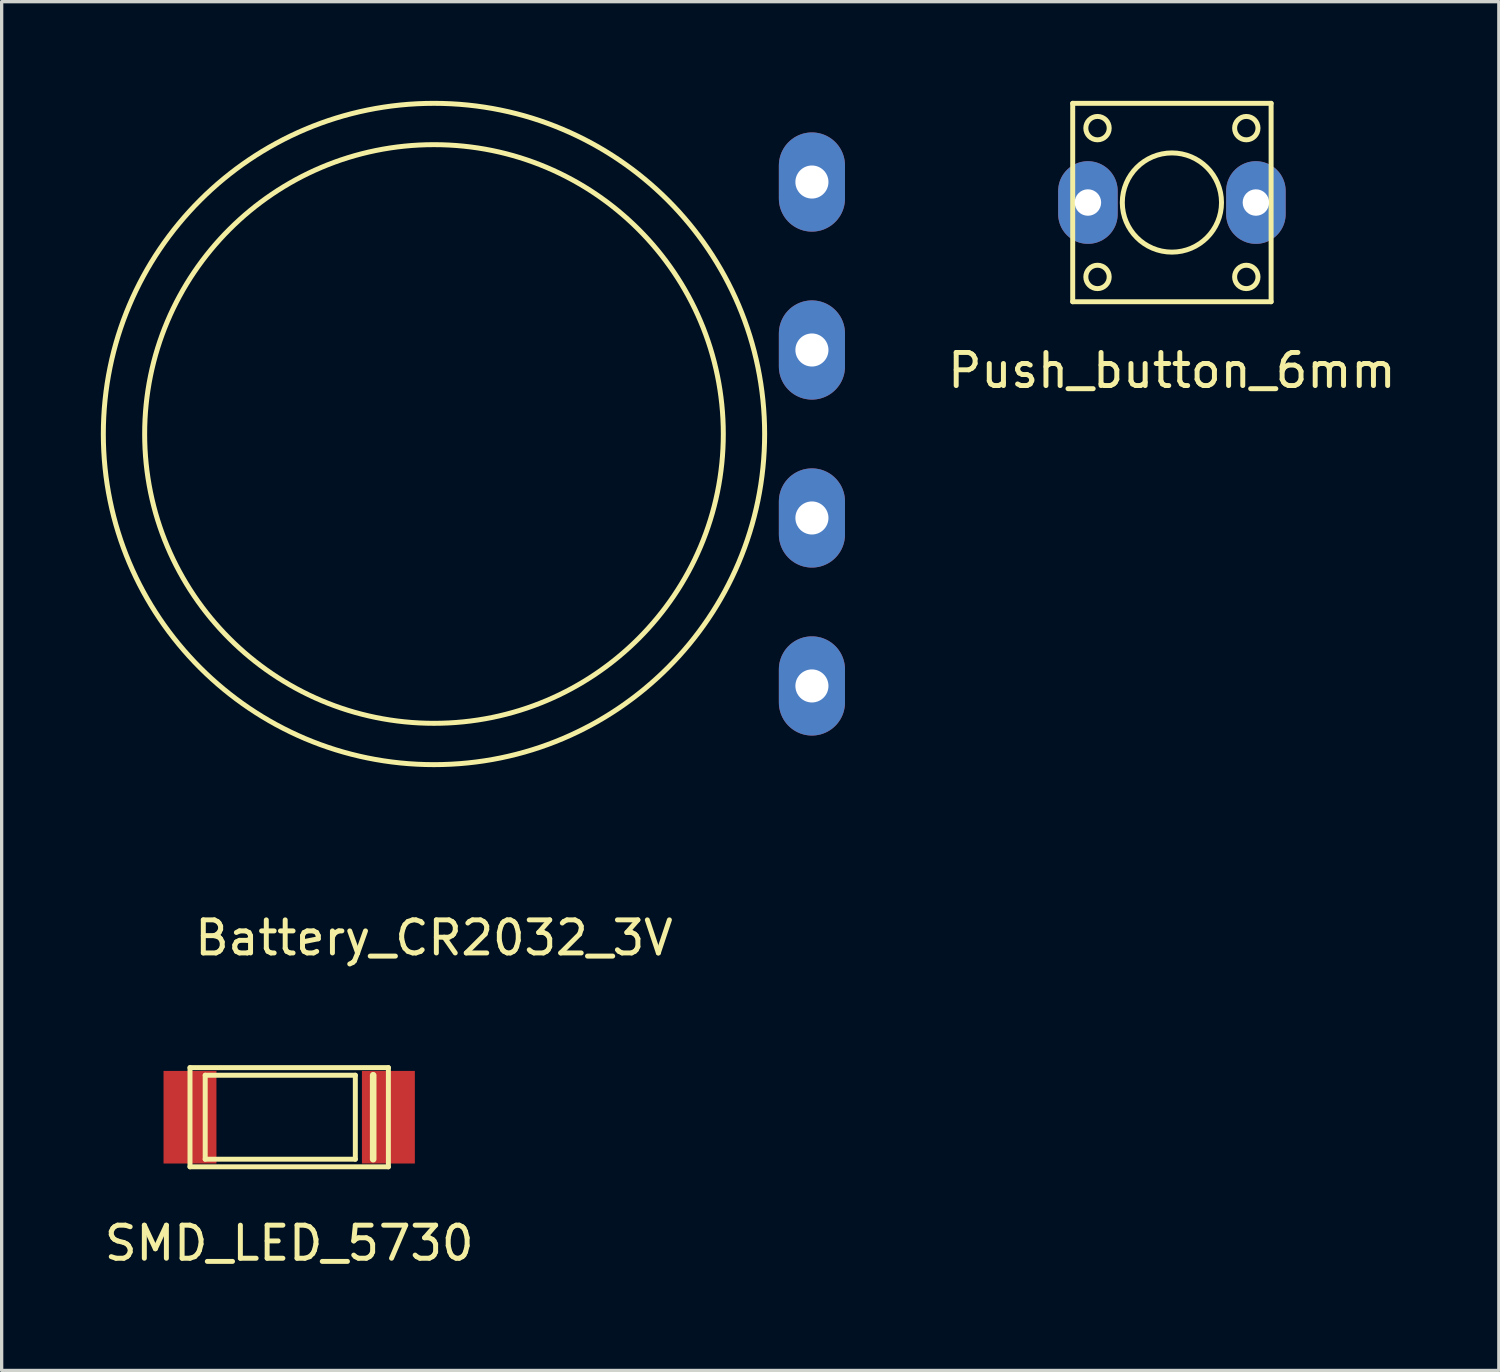
<source format=kicad_pcb>
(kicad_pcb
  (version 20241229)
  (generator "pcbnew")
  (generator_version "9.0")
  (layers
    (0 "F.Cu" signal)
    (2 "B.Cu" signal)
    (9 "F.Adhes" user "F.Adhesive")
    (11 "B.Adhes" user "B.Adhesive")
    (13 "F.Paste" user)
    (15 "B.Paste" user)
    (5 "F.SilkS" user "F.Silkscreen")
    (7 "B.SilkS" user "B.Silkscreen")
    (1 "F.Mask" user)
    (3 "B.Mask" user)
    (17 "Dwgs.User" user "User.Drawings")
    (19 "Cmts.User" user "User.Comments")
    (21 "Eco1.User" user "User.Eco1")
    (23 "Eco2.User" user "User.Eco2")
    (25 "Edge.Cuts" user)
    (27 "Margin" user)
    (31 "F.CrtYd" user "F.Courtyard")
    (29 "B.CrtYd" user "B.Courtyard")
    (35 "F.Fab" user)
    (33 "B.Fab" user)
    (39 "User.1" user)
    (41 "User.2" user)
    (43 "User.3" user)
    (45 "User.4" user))
  (footprint "Push_button_6mm"
    (layer "F.Cu")
    (at 32.392 3.075)
    (property "Reference" "Push_button_6mm" (at 0 5.08 0) (layer "F.SilkS") (effects (font (size 1 1) (thickness 0.15))))
    (attr through_hole)
    (fp_line (start -3 -3) (end 3 -3) (stroke (width 0.15) (type solid)) (layer "F.SilkS"))
    (fp_line (start -3 3) (end -3 -3) (stroke (width 0.15) (type solid)) (layer "F.SilkS"))
    (fp_line (start 3 -3) (end 3 3) (stroke (width 0.15) (type solid)) (layer "F.SilkS"))
    (fp_line (start 3 3) (end -3 3) (stroke (width 0.15) (type solid)) (layer "F.SilkS"))
    (fp_circle (center -2.25 -2.25) (end -2.5 -2.5) (stroke (width 0.15) (type solid)) (fill no) (layer "F.SilkS"))
    (fp_circle (center -2.25 2.25) (end -2.5 2.5) (stroke (width 0.15) (type solid)) (fill no) (layer "F.SilkS"))
    (fp_circle (center 0 0) (end 0 -1.5) (stroke (width 0.15) (type solid)) (fill no) (layer "F.SilkS"))
    (fp_circle (center 2.25 -2.25) (end 2.5 -2.5) (stroke (width 0.15) (type solid)) (fill no) (layer "F.SilkS"))
    (fp_circle (center 2.25 2.25) (end 2.5 2.5) (stroke (width 0.15) (type solid)) (fill no) (layer "F.SilkS"))
    (pad "1" thru_hole oval (at -2.54 0) (size 1.8 2.5) (drill 0.8) (layers "*.Cu" "*.Mask"))
    (pad "2" thru_hole oval (at 2.54 0) (size 1.8 2.5) (drill 0.8) (layers "*.Cu" "*.Mask")))
  (footprint "Battery_CR2032_3V"
    (layer "F.Cu")
    (at 10.075 10.075)
    (property "Reference" "Battery_CR2032_3V" (at 0 15.24 0) (layer "F.SilkS") (effects (font (size 1 1) (thickness 0.15))))
    (attr through_hole)
    (fp_circle (center 0 0) (end 8.75 0) (stroke (width 0.15) (type solid)) (fill no) (layer "F.SilkS"))
    (fp_circle (center 0 0) (end 10 0) (stroke (width 0.15) (type solid)) (fill no) (layer "F.SilkS"))
    (pad "" thru_hole oval (at 11.43 -7.62) (size 2 3) (drill 1) (layers "*.Cu" "*.Mask"))
    (pad "" thru_hole oval (at 11.43 -2.54) (size 2 3) (drill 1) (layers "*.Cu" "*.Mask"))
    (pad "1" thru_hole oval (at 11.43 2.54) (size 2 3) (drill 1) (layers "*.Cu" "*.Mask"))
    (pad "2" thru_hole oval (at 11.43 7.62) (size 2 3) (drill 1) (layers "*.Cu" "*.Mask")))
  (footprint "SMD_LED_5730"
    (layer "F.Cu")
    (at 5.696 30.738)
    (property "Reference" "SMD_LED_5730" (at 0 3.81 0) (layer "F.SilkS") (effects (font (size 1 1) (thickness 0.15))))
    (attr through_hole)
    (fp_line (start -3 -1.5) (end -3 1.5) (stroke (width 0.15) (type solid)) (layer "F.SilkS"))
    (fp_line (start -3 1.5) (end 3 1.5) (stroke (width 0.15) (type solid)) (layer "F.SilkS"))
    (fp_line (start -2.54 -1.27) (end -2.54 1.27) (stroke (width 0.15) (type solid)) (layer "F.SilkS"))
    (fp_line (start -2.54 1.27) (end 2 1.27) (stroke (width 0.15) (type solid)) (layer "F.SilkS"))
    (fp_line (start 2 -1.27) (end -2.54 -1.27) (stroke (width 0.15) (type solid)) (layer "F.SilkS"))
    (fp_line (start 2 1.27) (end 2 -1.27) (stroke (width 0.15) (type solid)) (layer "F.SilkS"))
    (fp_line (start 2.54 -1.27) (end 2.54 1.27) (stroke (width 0.2) (type solid)) (layer "F.SilkS"))
    (fp_line (start 3 -1.5) (end -3 -1.5) (stroke (width 0.15) (type solid)) (layer "F.SilkS"))
    (fp_line (start 3 1.5) (end 3 -1.5) (stroke (width 0.15) (type solid)) (layer "F.SilkS"))
    (pad "1" smd rect (at 3 0) (size 1.6 2.8) (layers "F.Cu" "F.Mask" "F.Paste"))
    (pad "2" smd rect (at -3 0) (size 1.6 2.8) (layers "F.Cu" "F.Mask" "F.Paste")))
  (gr_rect
    (start -3 -3)
    (end 42.279 38.397)
    (stroke (width 0.1) (type default))
    (fill no)
    (layer "Edge.Cuts")))
</source>
